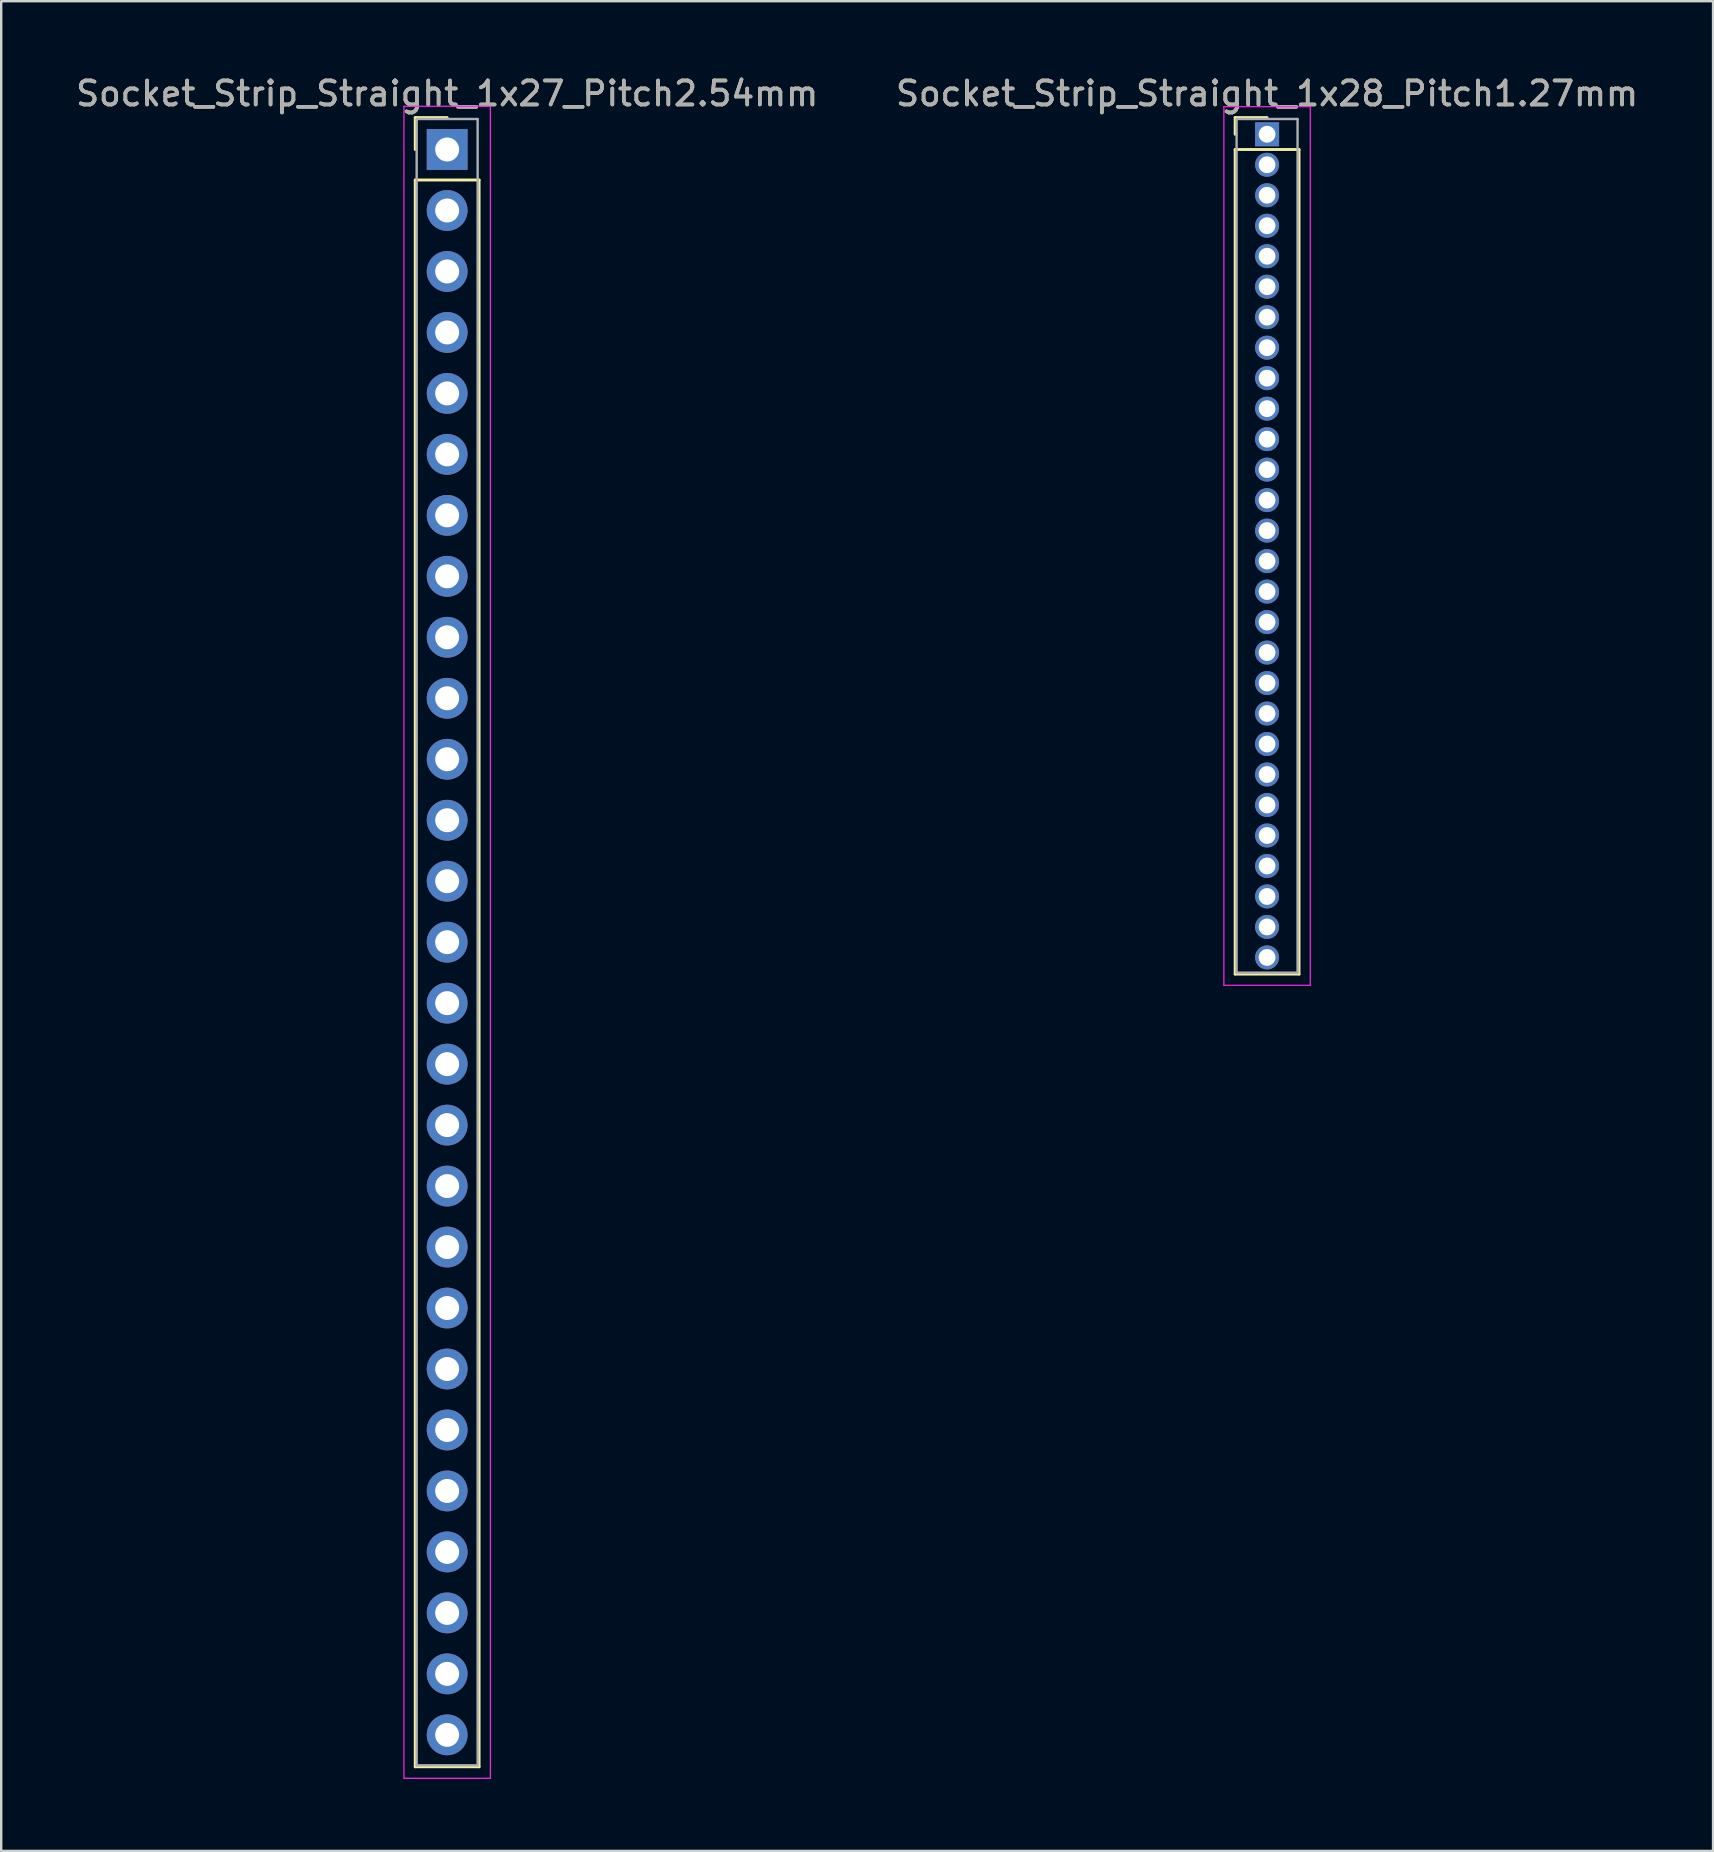
<source format=kicad_pcb>
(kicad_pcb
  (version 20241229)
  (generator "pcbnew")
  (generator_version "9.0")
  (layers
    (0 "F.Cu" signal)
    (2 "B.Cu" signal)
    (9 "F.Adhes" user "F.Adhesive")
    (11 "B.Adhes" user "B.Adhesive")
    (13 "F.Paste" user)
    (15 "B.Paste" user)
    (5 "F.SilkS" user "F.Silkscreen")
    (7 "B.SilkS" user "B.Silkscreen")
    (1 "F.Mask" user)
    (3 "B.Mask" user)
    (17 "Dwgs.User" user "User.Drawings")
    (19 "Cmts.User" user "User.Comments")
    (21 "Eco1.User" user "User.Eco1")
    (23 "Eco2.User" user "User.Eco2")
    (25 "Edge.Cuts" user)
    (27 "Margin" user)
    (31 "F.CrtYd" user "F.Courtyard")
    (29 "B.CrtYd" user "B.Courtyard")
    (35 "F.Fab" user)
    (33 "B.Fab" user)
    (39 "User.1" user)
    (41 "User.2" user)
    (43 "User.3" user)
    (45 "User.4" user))
  (footprint "Socket_Strip_Straight_1x28_Pitch1.27mm"
    (layer "F.Cu")
    (at 49.732 2.543)
    (property "Reference" "Socket_Strip_Straight_1x28_Pitch1.27mm" (at 0 -1.695 0) (layer "F.SilkS") (effects (font (size 1 1) (thickness 0.15))))
    (attr through_hole)
    (fp_line (start -1.33 -0.695) (end 0 -0.695) (stroke (width 0.12) (type solid)) (layer "F.SilkS"))
    (fp_line (start -1.33 0) (end -1.33 -0.695) (stroke (width 0.12) (type solid)) (layer "F.SilkS"))
    (fp_line (start -1.33 0.635) (end -1.33 34.985) (stroke (width 0.12) (type solid)) (layer "F.SilkS"))
    (fp_line (start -1.33 34.985) (end 1.33 34.985) (stroke (width 0.12) (type solid)) (layer "F.SilkS"))
    (fp_line (start 1.33 0.635) (end -1.33 0.635) (stroke (width 0.12) (type solid)) (layer "F.SilkS"))
    (fp_line (start 1.33 34.985) (end 1.33 0.635) (stroke (width 0.12) (type solid)) (layer "F.SilkS"))
    (fp_line (start -1.8 -1.15) (end -1.8 35.45) (stroke (width 0.05) (type solid)) (layer "F.CrtYd"))
    (fp_line (start -1.8 35.45) (end 1.8 35.45) (stroke (width 0.05) (type solid)) (layer "F.CrtYd"))
    (fp_line (start 1.8 -1.15) (end -1.8 -1.15) (stroke (width 0.05) (type solid)) (layer "F.CrtYd"))
    (fp_line (start 1.8 35.45) (end 1.8 -1.15) (stroke (width 0.05) (type solid)) (layer "F.CrtYd"))
    (fp_line (start -1.27 -0.635) (end -1.27 34.925) (stroke (width 0.1) (type solid)) (layer "F.Fab"))
    (fp_line (start -1.27 34.925) (end 1.27 34.925) (stroke (width 0.1) (type solid)) (layer "F.Fab"))
    (fp_line (start 1.27 -0.635) (end -1.27 -0.635) (stroke (width 0.1) (type solid)) (layer "F.Fab"))
    (fp_line (start 1.27 34.925) (end 1.27 -0.635) (stroke (width 0.1) (type solid)) (layer "F.Fab"))
    (fp_text user "${REFERENCE}" (at 0 -1.695 0) (layer "F.Fab") (effects (font (size 1 1) (thickness 0.15))))
    (pad "1" thru_hole rect (at 0 0) (size 1 1) (drill 0.7) (layers "*.Cu" "*.Mask"))
    (pad "2" thru_hole oval (at 0 1.27) (size 1 1) (drill 0.7) (layers "*.Cu" "*.Mask"))
    (pad "3" thru_hole oval (at 0 2.54) (size 1 1) (drill 0.7) (layers "*.Cu" "*.Mask"))
    (pad "4" thru_hole oval (at 0 3.81) (size 1 1) (drill 0.7) (layers "*.Cu" "*.Mask"))
    (pad "5" thru_hole oval (at 0 5.08) (size 1 1) (drill 0.7) (layers "*.Cu" "*.Mask"))
    (pad "6" thru_hole oval (at 0 6.35) (size 1 1) (drill 0.7) (layers "*.Cu" "*.Mask"))
    (pad "7" thru_hole oval (at 0 7.62) (size 1 1) (drill 0.7) (layers "*.Cu" "*.Mask"))
    (pad "8" thru_hole oval (at 0 8.89) (size 1 1) (drill 0.7) (layers "*.Cu" "*.Mask"))
    (pad "9" thru_hole oval (at 0 10.16) (size 1 1) (drill 0.7) (layers "*.Cu" "*.Mask"))
    (pad "10" thru_hole oval (at 0 11.43) (size 1 1) (drill 0.7) (layers "*.Cu" "*.Mask"))
    (pad "11" thru_hole oval (at 0 12.7) (size 1 1) (drill 0.7) (layers "*.Cu" "*.Mask"))
    (pad "12" thru_hole oval (at 0 13.97) (size 1 1) (drill 0.7) (layers "*.Cu" "*.Mask"))
    (pad "13" thru_hole oval (at 0 15.24) (size 1 1) (drill 0.7) (layers "*.Cu" "*.Mask"))
    (pad "14" thru_hole oval (at 0 16.51) (size 1 1) (drill 0.7) (layers "*.Cu" "*.Mask"))
    (pad "15" thru_hole oval (at 0 17.78) (size 1 1) (drill 0.7) (layers "*.Cu" "*.Mask"))
    (pad "16" thru_hole oval (at 0 19.05) (size 1 1) (drill 0.7) (layers "*.Cu" "*.Mask"))
    (pad "17" thru_hole oval (at 0 20.32) (size 1 1) (drill 0.7) (layers "*.Cu" "*.Mask"))
    (pad "18" thru_hole oval (at 0 21.59) (size 1 1) (drill 0.7) (layers "*.Cu" "*.Mask"))
    (pad "19" thru_hole oval (at 0 22.86) (size 1 1) (drill 0.7) (layers "*.Cu" "*.Mask"))
    (pad "20" thru_hole oval (at 0 24.13) (size 1 1) (drill 0.7) (layers "*.Cu" "*.Mask"))
    (pad "21" thru_hole oval (at 0 25.4) (size 1 1) (drill 0.7) (layers "*.Cu" "*.Mask"))
    (pad "22" thru_hole oval (at 0 26.67) (size 1 1) (drill 0.7) (layers "*.Cu" "*.Mask"))
    (pad "23" thru_hole oval (at 0 27.94) (size 1 1) (drill 0.7) (layers "*.Cu" "*.Mask"))
    (pad "24" thru_hole oval (at 0 29.21) (size 1 1) (drill 0.7) (layers "*.Cu" "*.Mask"))
    (pad "25" thru_hole oval (at 0 30.48) (size 1 1) (drill 0.7) (layers "*.Cu" "*.Mask"))
    (pad "26" thru_hole oval (at 0 31.75) (size 1 1) (drill 0.7) (layers "*.Cu" "*.Mask"))
    (pad "27" thru_hole oval (at 0 33.02) (size 1 1) (drill 0.7) (layers "*.Cu" "*.Mask"))
    (pad "28" thru_hole oval (at 0 34.29) (size 1 1) (drill 0.7) (layers "*.Cu" "*.Mask")))
  (footprint "Socket_Strip_Straight_1x27_Pitch2.54mm"
    (layer "F.Cu")
    (at 15.577 3.178)
    (property "Reference" "Socket_Strip_Straight_1x27_Pitch2.54mm" (at 0 -2.33 0) (layer "F.SilkS") (effects (font (size 1 1) (thickness 0.15))))
    (attr through_hole)
    (fp_line (start -1.33 -1.33) (end 0 -1.33) (stroke (width 0.12) (type solid)) (layer "F.SilkS"))
    (fp_line (start -1.33 0) (end -1.33 -1.33) (stroke (width 0.12) (type solid)) (layer "F.SilkS"))
    (fp_line (start -1.33 1.27) (end -1.33 67.37) (stroke (width 0.12) (type solid)) (layer "F.SilkS"))
    (fp_line (start -1.33 67.37) (end 1.33 67.37) (stroke (width 0.12) (type solid)) (layer "F.SilkS"))
    (fp_line (start 1.33 1.27) (end -1.33 1.27) (stroke (width 0.12) (type solid)) (layer "F.SilkS"))
    (fp_line (start 1.33 67.37) (end 1.33 1.27) (stroke (width 0.12) (type solid)) (layer "F.SilkS"))
    (fp_line (start -1.8 -1.8) (end -1.8 67.85) (stroke (width 0.05) (type solid)) (layer "F.CrtYd"))
    (fp_line (start -1.8 67.85) (end 1.8 67.85) (stroke (width 0.05) (type solid)) (layer "F.CrtYd"))
    (fp_line (start 1.8 -1.8) (end -1.8 -1.8) (stroke (width 0.05) (type solid)) (layer "F.CrtYd"))
    (fp_line (start 1.8 67.85) (end 1.8 -1.8) (stroke (width 0.05) (type solid)) (layer "F.CrtYd"))
    (fp_line (start -1.27 -1.27) (end -1.27 67.31) (stroke (width 0.1) (type solid)) (layer "F.Fab"))
    (fp_line (start -1.27 67.31) (end 1.27 67.31) (stroke (width 0.1) (type solid)) (layer "F.Fab"))
    (fp_line (start 1.27 -1.27) (end -1.27 -1.27) (stroke (width 0.1) (type solid)) (layer "F.Fab"))
    (fp_line (start 1.27 67.31) (end 1.27 -1.27) (stroke (width 0.1) (type solid)) (layer "F.Fab"))
    (fp_text user "${REFERENCE}" (at 0 -2.33 0) (layer "F.Fab") (effects (font (size 1 1) (thickness 0.15))))
    (pad "1" thru_hole rect (at 0 0) (size 1.7 1.7) (drill 1) (layers "*.Cu" "*.Mask"))
    (pad "2" thru_hole oval (at 0 2.54) (size 1.7 1.7) (drill 1) (layers "*.Cu" "*.Mask"))
    (pad "3" thru_hole oval (at 0 5.08) (size 1.7 1.7) (drill 1) (layers "*.Cu" "*.Mask"))
    (pad "4" thru_hole oval (at 0 7.62) (size 1.7 1.7) (drill 1) (layers "*.Cu" "*.Mask"))
    (pad "5" thru_hole oval (at 0 10.16) (size 1.7 1.7) (drill 1) (layers "*.Cu" "*.Mask"))
    (pad "6" thru_hole oval (at 0 12.7) (size 1.7 1.7) (drill 1) (layers "*.Cu" "*.Mask"))
    (pad "7" thru_hole oval (at 0 15.24) (size 1.7 1.7) (drill 1) (layers "*.Cu" "*.Mask"))
    (pad "8" thru_hole oval (at 0 17.78) (size 1.7 1.7) (drill 1) (layers "*.Cu" "*.Mask"))
    (pad "9" thru_hole oval (at 0 20.32) (size 1.7 1.7) (drill 1) (layers "*.Cu" "*.Mask"))
    (pad "10" thru_hole oval (at 0 22.86) (size 1.7 1.7) (drill 1) (layers "*.Cu" "*.Mask"))
    (pad "11" thru_hole oval (at 0 25.4) (size 1.7 1.7) (drill 1) (layers "*.Cu" "*.Mask"))
    (pad "12" thru_hole oval (at 0 27.94) (size 1.7 1.7) (drill 1) (layers "*.Cu" "*.Mask"))
    (pad "13" thru_hole oval (at 0 30.48) (size 1.7 1.7) (drill 1) (layers "*.Cu" "*.Mask"))
    (pad "14" thru_hole oval (at 0 33.02) (size 1.7 1.7) (drill 1) (layers "*.Cu" "*.Mask"))
    (pad "15" thru_hole oval (at 0 35.56) (size 1.7 1.7) (drill 1) (layers "*.Cu" "*.Mask"))
    (pad "16" thru_hole oval (at 0 38.1) (size 1.7 1.7) (drill 1) (layers "*.Cu" "*.Mask"))
    (pad "17" thru_hole oval (at 0 40.64) (size 1.7 1.7) (drill 1) (layers "*.Cu" "*.Mask"))
    (pad "18" thru_hole oval (at 0 43.18) (size 1.7 1.7) (drill 1) (layers "*.Cu" "*.Mask"))
    (pad "19" thru_hole oval (at 0 45.72) (size 1.7 1.7) (drill 1) (layers "*.Cu" "*.Mask"))
    (pad "20" thru_hole oval (at 0 48.26) (size 1.7 1.7) (drill 1) (layers "*.Cu" "*.Mask"))
    (pad "21" thru_hole oval (at 0 50.8) (size 1.7 1.7) (drill 1) (layers "*.Cu" "*.Mask"))
    (pad "22" thru_hole oval (at 0 53.34) (size 1.7 1.7) (drill 1) (layers "*.Cu" "*.Mask"))
    (pad "23" thru_hole oval (at 0 55.88) (size 1.7 1.7) (drill 1) (layers "*.Cu" "*.Mask"))
    (pad "24" thru_hole oval (at 0 58.42) (size 1.7 1.7) (drill 1) (layers "*.Cu" "*.Mask"))
    (pad "25" thru_hole oval (at 0 60.96) (size 1.7 1.7) (drill 1) (layers "*.Cu" "*.Mask"))
    (pad "26" thru_hole oval (at 0 63.5) (size 1.7 1.7) (drill 1) (layers "*.Cu" "*.Mask"))
    (pad "27" thru_hole oval (at 0 66.04) (size 1.7 1.7) (drill 1) (layers "*.Cu" "*.Mask")))
  (gr_rect
    (start -3 -3)
    (end 68.31 74.053)
    (stroke (width 0.1) (type default))
    (fill no)
    (layer "Edge.Cuts")))
</source>
